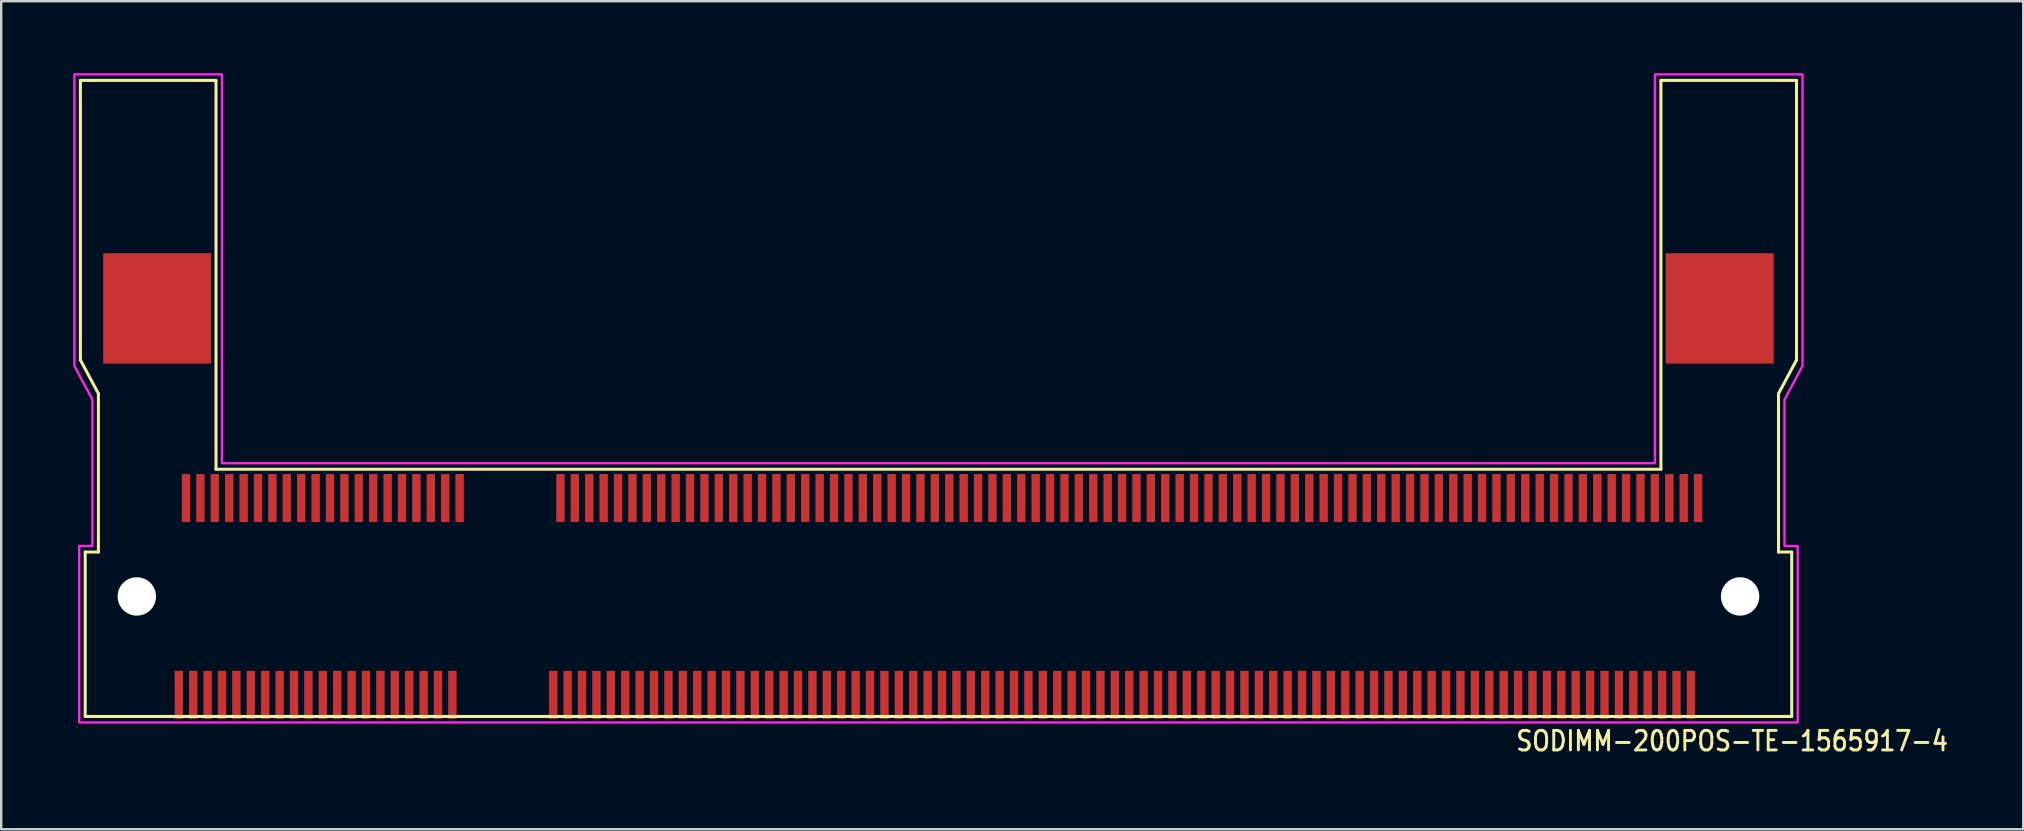
<source format=kicad_pcb>
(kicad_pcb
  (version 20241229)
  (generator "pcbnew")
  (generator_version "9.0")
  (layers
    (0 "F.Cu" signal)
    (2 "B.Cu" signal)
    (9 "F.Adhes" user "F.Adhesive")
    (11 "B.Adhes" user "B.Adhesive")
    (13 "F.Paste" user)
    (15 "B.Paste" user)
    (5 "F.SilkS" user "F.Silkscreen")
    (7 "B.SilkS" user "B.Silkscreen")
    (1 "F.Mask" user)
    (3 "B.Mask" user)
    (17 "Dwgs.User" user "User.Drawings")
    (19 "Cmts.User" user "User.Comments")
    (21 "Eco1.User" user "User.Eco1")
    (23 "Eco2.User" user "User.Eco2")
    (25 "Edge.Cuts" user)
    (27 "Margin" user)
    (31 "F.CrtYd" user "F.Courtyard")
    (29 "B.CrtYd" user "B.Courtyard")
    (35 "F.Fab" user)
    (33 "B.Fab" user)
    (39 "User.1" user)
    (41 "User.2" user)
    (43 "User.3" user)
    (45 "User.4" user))
  (footprint "SODIMM-200POS-TE-1565917-4"
    (layer "F.Cu")
    (at 36.05 21.8)
    (property "Reference" "SODIMM-200POS-TE-1565917-4" (at 24 6.5 0) (unlocked yes) (layer "F.SilkS") (effects (font (size 0.813 0.695) (thickness 0.122)) (justify left bottom)))
    (fp_line (start -35.75 -21.5) (end -30.1 -21.5) (stroke (width 0.127) (type solid)) (layer "F.SilkS"))
    (fp_line (start -35.75 -9.85) (end -35.75 -21.5) (stroke (width 0.127) (type solid)) (layer "F.SilkS"))
    (fp_line (start -35.75 -9.85) (end -35 -8.45) (stroke (width 0.127) (type solid)) (layer "F.SilkS"))
    (fp_line (start -35.55 -1.85) (end -35.55 5) (stroke (width 0.127) (type solid)) (layer "F.SilkS"))
    (fp_line (start -35.55 -1.85) (end -35 -1.85) (stroke (width 0.127) (type solid)) (layer "F.SilkS"))
    (fp_line (start -35.55 5) (end 35.55 5) (stroke (width 0.127) (type solid)) (layer "F.SilkS"))
    (fp_line (start -35 -1.85) (end -35 -8.45) (stroke (width 0.127) (type solid)) (layer "F.SilkS"))
    (fp_line (start -30.1 -21.5) (end -30.1 -5.3) (stroke (width 0.127) (type solid)) (layer "F.SilkS"))
    (fp_line (start -30.1 -5.3) (end 30.1 -5.3) (stroke (width 0.127) (type solid)) (layer "F.SilkS"))
    (fp_line (start 30.1 -21.5) (end 35.75 -21.5) (stroke (width 0.127) (type solid)) (layer "F.SilkS"))
    (fp_line (start 30.1 -5.3) (end 30.1 -21.5) (stroke (width 0.127) (type solid)) (layer "F.SilkS"))
    (fp_line (start 35 -1.85) (end 35 -8.45) (stroke (width 0.127) (type solid)) (layer "F.SilkS"))
    (fp_line (start 35.55 -1.85) (end 35 -1.85) (stroke (width 0.127) (type solid)) (layer "F.SilkS"))
    (fp_line (start 35.55 5) (end 35.55 -1.85) (stroke (width 0.127) (type solid)) (layer "F.SilkS"))
    (fp_line (start 35.75 -9.85) (end 35 -8.45) (stroke (width 0.127) (type solid)) (layer "F.SilkS"))
    (fp_line (start 35.75 -9.85) (end 35.75 -21.5) (stroke (width 0.127) (type solid)) (layer "F.SilkS"))
    (fp_poly (pts (xy -36 -21.75) (xy -29.85 -21.75) (xy -29.85 -5.55) (xy 29.85 -5.55) (xy 29.85 -21.75) (xy 36 -21.75) (xy 36 -9.6) (xy 35.25 -8.2) (xy 35.25 -2.1) (xy 35.8 -2.1) (xy 35.8 5.25) (xy -35.8 5.25) (xy -35.8 -2.1) (xy -35.25 -2.1) (xy -35.25 -8.2) (xy -36 -9.6)) (stroke (width 0.1) (type solid)) (fill no) (layer "F.CrtYd"))
    (pad "" np_thru_hole circle (at -33.4 0) (size 1.6 1.6) (drill 1.6) (layers "*.Cu" "*.Mask"))
    (pad "" np_thru_hole circle (at 33.4 0) (size 1.6 1.6) (drill 1.6) (layers "*.Cu" "*.Mask"))
    (pad "P$1" smd rect (at -31.65 4.1 180) (size 0.35 2) (layers "F.Cu" "F.Mask" "F.Paste"))
    (pad "P$2" smd rect (at -31.35 -4.1 180) (size 0.35 2) (layers "F.Cu" "F.Mask" "F.Paste"))
    (pad "P$3" smd rect (at -31.05 4.1 180) (size 0.35 2) (layers "F.Cu" "F.Mask" "F.Paste"))
    (pad "P$4" smd rect (at -30.75 -4.1 180) (size 0.35 2) (layers "F.Cu" "F.Mask" "F.Paste"))
    (pad "P$5" smd rect (at -30.45 4.1 180) (size 0.35 2) (layers "F.Cu" "F.Mask" "F.Paste"))
    (pad "P$6" smd rect (at -30.15 -4.1 180) (size 0.35 2) (layers "F.Cu" "F.Mask" "F.Paste"))
    (pad "P$7" smd rect (at -29.85 4.1 180) (size 0.35 2) (layers "F.Cu" "F.Mask" "F.Paste"))
    (pad "P$8" smd rect (at -29.55 -4.1 180) (size 0.35 2) (layers "F.Cu" "F.Mask" "F.Paste"))
    (pad "P$9" smd rect (at -29.25 4.1 180) (size 0.35 2) (layers "F.Cu" "F.Mask" "F.Paste"))
    (pad "P$10" smd rect (at -28.95 -4.1 180) (size 0.35 2) (layers "F.Cu" "F.Mask" "F.Paste"))
    (pad "P$11" smd rect (at -28.65 4.1 180) (size 0.35 2) (layers "F.Cu" "F.Mask" "F.Paste"))
    (pad "P$12" smd rect (at -28.35 -4.1 180) (size 0.35 2) (layers "F.Cu" "F.Mask" "F.Paste"))
    (pad "P$13" smd rect (at -28.05 4.1 180) (size 0.35 2) (layers "F.Cu" "F.Mask" "F.Paste"))
    (pad "P$14" smd rect (at -27.75 -4.1 180) (size 0.35 2) (layers "F.Cu" "F.Mask" "F.Paste"))
    (pad "P$15" smd rect (at -27.45 4.1 180) (size 0.35 2) (layers "F.Cu" "F.Mask" "F.Paste"))
    (pad "P$16" smd rect (at -27.15 -4.1 180) (size 0.35 2) (layers "F.Cu" "F.Mask" "F.Paste"))
    (pad "P$17" smd rect (at -26.85 4.1 180) (size 0.35 2) (layers "F.Cu" "F.Mask" "F.Paste"))
    (pad "P$18" smd rect (at -26.55 -4.1 180) (size 0.35 2) (layers "F.Cu" "F.Mask" "F.Paste"))
    (pad "P$19" smd rect (at -26.25 4.1 180) (size 0.35 2) (layers "F.Cu" "F.Mask" "F.Paste"))
    (pad "P$20" smd rect (at -25.95 -4.1 180) (size 0.35 2) (layers "F.Cu" "F.Mask" "F.Paste"))
    (pad "P$21" smd rect (at -25.65 4.1 180) (size 0.35 2) (layers "F.Cu" "F.Mask" "F.Paste"))
    (pad "P$22" smd rect (at -25.35 -4.1 180) (size 0.35 2) (layers "F.Cu" "F.Mask" "F.Paste"))
    (pad "P$23" smd rect (at -25.05 4.1 180) (size 0.35 2) (layers "F.Cu" "F.Mask" "F.Paste"))
    (pad "P$24" smd rect (at -24.75 -4.1 180) (size 0.35 2) (layers "F.Cu" "F.Mask" "F.Paste"))
    (pad "P$25" smd rect (at -24.45 4.1 180) (size 0.35 2) (layers "F.Cu" "F.Mask" "F.Paste"))
    (pad "P$26" smd rect (at -24.15 -4.1 180) (size 0.35 2) (layers "F.Cu" "F.Mask" "F.Paste"))
    (pad "P$27" smd rect (at -23.85 4.1 180) (size 0.35 2) (layers "F.Cu" "F.Mask" "F.Paste"))
    (pad "P$28" smd rect (at -23.55 -4.1 180) (size 0.35 2) (layers "F.Cu" "F.Mask" "F.Paste"))
    (pad "P$29" smd rect (at -23.25 4.1 180) (size 0.35 2) (layers "F.Cu" "F.Mask" "F.Paste"))
    (pad "P$30" smd rect (at -22.95 -4.1 180) (size 0.35 2) (layers "F.Cu" "F.Mask" "F.Paste"))
    (pad "P$31" smd rect (at -22.65 4.1 180) (size 0.35 2) (layers "F.Cu" "F.Mask" "F.Paste"))
    (pad "P$32" smd rect (at -22.35 -4.1 180) (size 0.35 2) (layers "F.Cu" "F.Mask" "F.Paste"))
    (pad "P$33" smd rect (at -22.05 4.1 180) (size 0.35 2) (layers "F.Cu" "F.Mask" "F.Paste"))
    (pad "P$34" smd rect (at -21.75 -4.1 180) (size 0.35 2) (layers "F.Cu" "F.Mask" "F.Paste"))
    (pad "P$35" smd rect (at -21.45 4.1 180) (size 0.35 2) (layers "F.Cu" "F.Mask" "F.Paste"))
    (pad "P$36" smd rect (at -21.15 -4.1 180) (size 0.35 2) (layers "F.Cu" "F.Mask" "F.Paste"))
    (pad "P$37" smd rect (at -20.85 4.1 180) (size 0.35 2) (layers "F.Cu" "F.Mask" "F.Paste"))
    (pad "P$38" smd rect (at -20.55 -4.1 180) (size 0.35 2) (layers "F.Cu" "F.Mask" "F.Paste"))
    (pad "P$39" smd rect (at -20.25 4.1 180) (size 0.35 2) (layers "F.Cu" "F.Mask" "F.Paste"))
    (pad "P$40" smd rect (at -19.95 -4.1 180) (size 0.35 2) (layers "F.Cu" "F.Mask" "F.Paste"))
    (pad "P$41" smd rect (at -16.05 4.1 180) (size 0.35 2) (layers "F.Cu" "F.Mask" "F.Paste"))
    (pad "P$42" smd rect (at -15.75 -4.1 180) (size 0.35 2) (layers "F.Cu" "F.Mask" "F.Paste"))
    (pad "P$43" smd rect (at -15.45 4.1 180) (size 0.35 2) (layers "F.Cu" "F.Mask" "F.Paste"))
    (pad "P$44" smd rect (at -15.15 -4.1 180) (size 0.35 2) (layers "F.Cu" "F.Mask" "F.Paste"))
    (pad "P$45" smd rect (at -14.85 4.1 180) (size 0.35 2) (layers "F.Cu" "F.Mask" "F.Paste"))
    (pad "P$46" smd rect (at -14.55 -4.1 180) (size 0.35 2) (layers "F.Cu" "F.Mask" "F.Paste"))
    (pad "P$47" smd rect (at -14.25 4.1 180) (size 0.35 2) (layers "F.Cu" "F.Mask" "F.Paste"))
    (pad "P$48" smd rect (at -13.95 -4.1 180) (size 0.35 2) (layers "F.Cu" "F.Mask" "F.Paste"))
    (pad "P$49" smd rect (at -13.65 4.1 180) (size 0.35 2) (layers "F.Cu" "F.Mask" "F.Paste"))
    (pad "P$50" smd rect (at -13.35 -4.1 180) (size 0.35 2) (layers "F.Cu" "F.Mask" "F.Paste"))
    (pad "P$51" smd rect (at -13.05 4.1 180) (size 0.35 2) (layers "F.Cu" "F.Mask" "F.Paste"))
    (pad "P$52" smd rect (at -12.75 -4.1 180) (size 0.35 2) (layers "F.Cu" "F.Mask" "F.Paste"))
    (pad "P$53" smd rect (at -12.45 4.1 180) (size 0.35 2) (layers "F.Cu" "F.Mask" "F.Paste"))
    (pad "P$54" smd rect (at -12.15 -4.1 180) (size 0.35 2) (layers "F.Cu" "F.Mask" "F.Paste"))
    (pad "P$55" smd rect (at -11.85 4.1 180) (size 0.35 2) (layers "F.Cu" "F.Mask" "F.Paste"))
    (pad "P$56" smd rect (at -11.55 -4.1 180) (size 0.35 2) (layers "F.Cu" "F.Mask" "F.Paste"))
    (pad "P$57" smd rect (at -11.25 4.1 180) (size 0.35 2) (layers "F.Cu" "F.Mask" "F.Paste"))
    (pad "P$58" smd rect (at -10.95 -4.1 180) (size 0.35 2) (layers "F.Cu" "F.Mask" "F.Paste"))
    (pad "P$59" smd rect (at -10.65 4.1 180) (size 0.35 2) (layers "F.Cu" "F.Mask" "F.Paste"))
    (pad "P$60" smd rect (at -10.35 -4.1 180) (size 0.35 2) (layers "F.Cu" "F.Mask" "F.Paste"))
    (pad "P$61" smd rect (at -10.05 4.1 180) (size 0.35 2) (layers "F.Cu" "F.Mask" "F.Paste"))
    (pad "P$62" smd rect (at -9.75 -4.1 180) (size 0.35 2) (layers "F.Cu" "F.Mask" "F.Paste"))
    (pad "P$63" smd rect (at -9.45 4.1 180) (size 0.35 2) (layers "F.Cu" "F.Mask" "F.Paste"))
    (pad "P$64" smd rect (at -9.15 -4.1 180) (size 0.35 2) (layers "F.Cu" "F.Mask" "F.Paste"))
    (pad "P$65" smd rect (at -8.85 4.1 180) (size 0.35 2) (layers "F.Cu" "F.Mask" "F.Paste"))
    (pad "P$66" smd rect (at -8.55 -4.1 180) (size 0.35 2) (layers "F.Cu" "F.Mask" "F.Paste"))
    (pad "P$67" smd rect (at -8.25 4.1 180) (size 0.35 2) (layers "F.Cu" "F.Mask" "F.Paste"))
    (pad "P$68" smd rect (at -7.95 -4.1 180) (size 0.35 2) (layers "F.Cu" "F.Mask" "F.Paste"))
    (pad "P$69" smd rect (at -7.65 4.1 180) (size 0.35 2) (layers "F.Cu" "F.Mask" "F.Paste"))
    (pad "P$70" smd rect (at -7.35 -4.1 180) (size 0.35 2) (layers "F.Cu" "F.Mask" "F.Paste"))
    (pad "P$71" smd rect (at -7.05 4.1 180) (size 0.35 2) (layers "F.Cu" "F.Mask" "F.Paste"))
    (pad "P$72" smd rect (at -6.75 -4.1 180) (size 0.35 2) (layers "F.Cu" "F.Mask" "F.Paste"))
    (pad "P$73" smd rect (at -6.45 4.1 180) (size 0.35 2) (layers "F.Cu" "F.Mask" "F.Paste"))
    (pad "P$74" smd rect (at -6.15 -4.1 180) (size 0.35 2) (layers "F.Cu" "F.Mask" "F.Paste"))
    (pad "P$75" smd rect (at -5.85 4.1 180) (size 0.35 2) (layers "F.Cu" "F.Mask" "F.Paste"))
    (pad "P$76" smd rect (at -5.55 -4.1 180) (size 0.35 2) (layers "F.Cu" "F.Mask" "F.Paste"))
    (pad "P$77" smd rect (at -5.25 4.1 180) (size 0.35 2) (layers "F.Cu" "F.Mask" "F.Paste"))
    (pad "P$78" smd rect (at -4.95 -4.1 180) (size 0.35 2) (layers "F.Cu" "F.Mask" "F.Paste"))
    (pad "P$79" smd rect (at -4.65 4.1 180) (size 0.35 2) (layers "F.Cu" "F.Mask" "F.Paste"))
    (pad "P$80" smd rect (at -4.35 -4.1 180) (size 0.35 2) (layers "F.Cu" "F.Mask" "F.Paste"))
    (pad "P$81" smd rect (at -4.05 4.1 180) (size 0.35 2) (layers "F.Cu" "F.Mask" "F.Paste"))
    (pad "P$82" smd rect (at -3.75 -4.1 180) (size 0.35 2) (layers "F.Cu" "F.Mask" "F.Paste"))
    (pad "P$83" smd rect (at -3.45 4.1 180) (size 0.35 2) (layers "F.Cu" "F.Mask" "F.Paste"))
    (pad "P$84" smd rect (at -3.15 -4.1 180) (size 0.35 2) (layers "F.Cu" "F.Mask" "F.Paste"))
    (pad "P$85" smd rect (at -2.85 4.1 180) (size 0.35 2) (layers "F.Cu" "F.Mask" "F.Paste"))
    (pad "P$86" smd rect (at -2.55 -4.1 180) (size 0.35 2) (layers "F.Cu" "F.Mask" "F.Paste"))
    (pad "P$87" smd rect (at -2.25 4.1 180) (size 0.35 2) (layers "F.Cu" "F.Mask" "F.Paste"))
    (pad "P$88" smd rect (at -1.95 -4.1 180) (size 0.35 2) (layers "F.Cu" "F.Mask" "F.Paste"))
    (pad "P$89" smd rect (at -1.65 4.1 180) (size 0.35 2) (layers "F.Cu" "F.Mask" "F.Paste"))
    (pad "P$90" smd rect (at -1.35 -4.1 180) (size 0.35 2) (layers "F.Cu" "F.Mask" "F.Paste"))
    (pad "P$91" smd rect (at -1.05 4.1 180) (size 0.35 2) (layers "F.Cu" "F.Mask" "F.Paste"))
    (pad "P$92" smd rect (at -0.75 -4.1 180) (size 0.35 2) (layers "F.Cu" "F.Mask" "F.Paste"))
    (pad "P$93" smd rect (at -0.45 4.1 180) (size 0.35 2) (layers "F.Cu" "F.Mask" "F.Paste"))
    (pad "P$94" smd rect (at -0.15 -4.1 180) (size 0.35 2) (layers "F.Cu" "F.Mask" "F.Paste"))
    (pad "P$95" smd rect (at 0.15 4.1 180) (size 0.35 2) (layers "F.Cu" "F.Mask" "F.Paste"))
    (pad "P$96" smd rect (at 0.45 -4.1 180) (size 0.35 2) (layers "F.Cu" "F.Mask" "F.Paste"))
    (pad "P$97" smd rect (at 0.75 4.1 180) (size 0.35 2) (layers "F.Cu" "F.Mask" "F.Paste"))
    (pad "P$98" smd rect (at 1.05 -4.1 180) (size 0.35 2) (layers "F.Cu" "F.Mask" "F.Paste"))
    (pad "P$99" smd rect (at 1.35 4.1 180) (size 0.35 2) (layers "F.Cu" "F.Mask" "F.Paste"))
    (pad "P$100" smd rect (at 1.65 -4.1 180) (size 0.35 2) (layers "F.Cu" "F.Mask" "F.Paste"))
    (pad "P$101" smd rect (at 1.95 4.1 180) (size 0.35 2) (layers "F.Cu" "F.Mask" "F.Paste"))
    (pad "P$102" smd rect (at 2.25 -4.1 180) (size 0.35 2) (layers "F.Cu" "F.Mask" "F.Paste"))
    (pad "P$103" smd rect (at 2.55 4.1 180) (size 0.35 2) (layers "F.Cu" "F.Mask" "F.Paste"))
    (pad "P$104" smd rect (at 2.85 -4.1 180) (size 0.35 2) (layers "F.Cu" "F.Mask" "F.Paste"))
    (pad "P$105" smd rect (at 3.15 4.1 180) (size 0.35 2) (layers "F.Cu" "F.Mask" "F.Paste"))
    (pad "P$106" smd rect (at 3.45 -4.1 180) (size 0.35 2) (layers "F.Cu" "F.Mask" "F.Paste"))
    (pad "P$107" smd rect (at 3.75 4.1 180) (size 0.35 2) (layers "F.Cu" "F.Mask" "F.Paste"))
    (pad "P$108" smd rect (at 4.05 -4.1 180) (size 0.35 2) (layers "F.Cu" "F.Mask" "F.Paste"))
    (pad "P$109" smd rect (at 4.35 4.1 180) (size 0.35 2) (layers "F.Cu" "F.Mask" "F.Paste"))
    (pad "P$110" smd rect (at 4.65 -4.1 180) (size 0.35 2) (layers "F.Cu" "F.Mask" "F.Paste"))
    (pad "P$111" smd rect (at 4.95 4.1 180) (size 0.35 2) (layers "F.Cu" "F.Mask" "F.Paste"))
    (pad "P$112" smd rect (at 5.25 -4.1 180) (size 0.35 2) (layers "F.Cu" "F.Mask" "F.Paste"))
    (pad "P$113" smd rect (at 5.55 4.1 180) (size 0.35 2) (layers "F.Cu" "F.Mask" "F.Paste"))
    (pad "P$114" smd rect (at 5.85 -4.1 180) (size 0.35 2) (layers "F.Cu" "F.Mask" "F.Paste"))
    (pad "P$115" smd rect (at 6.15 4.1 180) (size 0.35 2) (layers "F.Cu" "F.Mask" "F.Paste"))
    (pad "P$116" smd rect (at 6.45 -4.1 180) (size 0.35 2) (layers "F.Cu" "F.Mask" "F.Paste"))
    (pad "P$117" smd rect (at 6.75 4.1 180) (size 0.35 2) (layers "F.Cu" "F.Mask" "F.Paste"))
    (pad "P$118" smd rect (at 7.05 -4.1 180) (size 0.35 2) (layers "F.Cu" "F.Mask" "F.Paste"))
    (pad "P$119" smd rect (at 7.35 4.1 180) (size 0.35 2) (layers "F.Cu" "F.Mask" "F.Paste"))
    (pad "P$120" smd rect (at 7.65 -4.1 180) (size 0.35 2) (layers "F.Cu" "F.Mask" "F.Paste"))
    (pad "P$121" smd rect (at 7.95 4.1 180) (size 0.35 2) (layers "F.Cu" "F.Mask" "F.Paste"))
    (pad "P$122" smd rect (at 8.25 -4.1 180) (size 0.35 2) (layers "F.Cu" "F.Mask" "F.Paste"))
    (pad "P$123" smd rect (at 8.55 4.1 180) (size 0.35 2) (layers "F.Cu" "F.Mask" "F.Paste"))
    (pad "P$124" smd rect (at 8.85 -4.1 180) (size 0.35 2) (layers "F.Cu" "F.Mask" "F.Paste"))
    (pad "P$125" smd rect (at 9.15 4.1 180) (size 0.35 2) (layers "F.Cu" "F.Mask" "F.Paste"))
    (pad "P$126" smd rect (at 9.45 -4.1 180) (size 0.35 2) (layers "F.Cu" "F.Mask" "F.Paste"))
    (pad "P$127" smd rect (at 9.75 4.1 180) (size 0.35 2) (layers "F.Cu" "F.Mask" "F.Paste"))
    (pad "P$128" smd rect (at 10.05 -4.1 180) (size 0.35 2) (layers "F.Cu" "F.Mask" "F.Paste"))
    (pad "P$129" smd rect (at 10.35 4.1 180) (size 0.35 2) (layers "F.Cu" "F.Mask" "F.Paste"))
    (pad "P$130" smd rect (at 10.65 -4.1 180) (size 0.35 2) (layers "F.Cu" "F.Mask" "F.Paste"))
    (pad "P$131" smd rect (at 10.95 4.1 180) (size 0.35 2) (layers "F.Cu" "F.Mask" "F.Paste"))
    (pad "P$132" smd rect (at 11.25 -4.1 180) (size 0.35 2) (layers "F.Cu" "F.Mask" "F.Paste"))
    (pad "P$133" smd rect (at 11.55 4.1 180) (size 0.35 2) (layers "F.Cu" "F.Mask" "F.Paste"))
    (pad "P$134" smd rect (at 11.85 -4.1 180) (size 0.35 2) (layers "F.Cu" "F.Mask" "F.Paste"))
    (pad "P$135" smd rect (at 12.15 4.1 180) (size 0.35 2) (layers "F.Cu" "F.Mask" "F.Paste"))
    (pad "P$136" smd rect (at 12.45 -4.1 180) (size 0.35 2) (layers "F.Cu" "F.Mask" "F.Paste"))
    (pad "P$137" smd rect (at 12.75 4.1 180) (size 0.35 2) (layers "F.Cu" "F.Mask" "F.Paste"))
    (pad "P$138" smd rect (at 13.05 -4.1 180) (size 0.35 2) (layers "F.Cu" "F.Mask" "F.Paste"))
    (pad "P$139" smd rect (at 13.35 4.1 180) (size 0.35 2) (layers "F.Cu" "F.Mask" "F.Paste"))
    (pad "P$140" smd rect (at 13.65 -4.1 180) (size 0.35 2) (layers "F.Cu" "F.Mask" "F.Paste"))
    (pad "P$141" smd rect (at 13.95 4.1 180) (size 0.35 2) (layers "F.Cu" "F.Mask" "F.Paste"))
    (pad "P$142" smd rect (at 14.25 -4.1 180) (size 0.35 2) (layers "F.Cu" "F.Mask" "F.Paste"))
    (pad "P$143" smd rect (at 14.55 4.1 180) (size 0.35 2) (layers "F.Cu" "F.Mask" "F.Paste"))
    (pad "P$144" smd rect (at 14.85 -4.1 180) (size 0.35 2) (layers "F.Cu" "F.Mask" "F.Paste"))
    (pad "P$145" smd rect (at 15.15 4.1 180) (size 0.35 2) (layers "F.Cu" "F.Mask" "F.Paste"))
    (pad "P$146" smd rect (at 15.45 -4.1 180) (size 0.35 2) (layers "F.Cu" "F.Mask" "F.Paste"))
    (pad "P$147" smd rect (at 15.75 4.1 180) (size 0.35 2) (layers "F.Cu" "F.Mask" "F.Paste"))
    (pad "P$148" smd rect (at 16.05 -4.1 180) (size 0.35 2) (layers "F.Cu" "F.Mask" "F.Paste"))
    (pad "P$149" smd rect (at 16.35 4.1 180) (size 0.35 2) (layers "F.Cu" "F.Mask" "F.Paste"))
    (pad "P$150" smd rect (at 16.65 -4.1 180) (size 0.35 2) (layers "F.Cu" "F.Mask" "F.Paste"))
    (pad "P$151" smd rect (at 16.95 4.1 180) (size 0.35 2) (layers "F.Cu" "F.Mask" "F.Paste"))
    (pad "P$152" smd rect (at 17.25 -4.1 180) (size 0.35 2) (layers "F.Cu" "F.Mask" "F.Paste"))
    (pad "P$153" smd rect (at 17.55 4.1 180) (size 0.35 2) (layers "F.Cu" "F.Mask" "F.Paste"))
    (pad "P$154" smd rect (at 17.85 -4.1 180) (size 0.35 2) (layers "F.Cu" "F.Mask" "F.Paste"))
    (pad "P$155" smd rect (at 18.15 4.1 180) (size 0.35 2) (layers "F.Cu" "F.Mask" "F.Paste"))
    (pad "P$156" smd rect (at 18.45 -4.1 180) (size 0.35 2) (layers "F.Cu" "F.Mask" "F.Paste"))
    (pad "P$157" smd rect (at 18.75 4.1 180) (size 0.35 2) (layers "F.Cu" "F.Mask" "F.Paste"))
    (pad "P$158" smd rect (at 19.05 -4.1 180) (size 0.35 2) (layers "F.Cu" "F.Mask" "F.Paste"))
    (pad "P$159" smd rect (at 19.35 4.1 180) (size 0.35 2) (layers "F.Cu" "F.Mask" "F.Paste"))
    (pad "P$160" smd rect (at 19.65 -4.1 180) (size 0.35 2) (layers "F.Cu" "F.Mask" "F.Paste"))
    (pad "P$161" smd rect (at 19.95 4.1 180) (size 0.35 2) (layers "F.Cu" "F.Mask" "F.Paste"))
    (pad "P$162" smd rect (at 20.25 -4.1 180) (size 0.35 2) (layers "F.Cu" "F.Mask" "F.Paste"))
    (pad "P$163" smd rect (at 20.55 4.1 180) (size 0.35 2) (layers "F.Cu" "F.Mask" "F.Paste"))
    (pad "P$164" smd rect (at 20.85 -4.1 180) (size 0.35 2) (layers "F.Cu" "F.Mask" "F.Paste"))
    (pad "P$165" smd rect (at 21.15 4.1 180) (size 0.35 2) (layers "F.Cu" "F.Mask" "F.Paste"))
    (pad "P$166" smd rect (at 21.45 -4.1 180) (size 0.35 2) (layers "F.Cu" "F.Mask" "F.Paste"))
    (pad "P$167" smd rect (at 21.75 4.1 180) (size 0.35 2) (layers "F.Cu" "F.Mask" "F.Paste"))
    (pad "P$168" smd rect (at 22.05 -4.1 180) (size 0.35 2) (layers "F.Cu" "F.Mask" "F.Paste"))
    (pad "P$169" smd rect (at 22.35 4.1 180) (size 0.35 2) (layers "F.Cu" "F.Mask" "F.Paste"))
    (pad "P$170" smd rect (at 22.65 -4.1 180) (size 0.35 2) (layers "F.Cu" "F.Mask" "F.Paste"))
    (pad "P$171" smd rect (at 22.95 4.1 180) (size 0.35 2) (layers "F.Cu" "F.Mask" "F.Paste"))
    (pad "P$172" smd rect (at 23.25 -4.1 180) (size 0.35 2) (layers "F.Cu" "F.Mask" "F.Paste"))
    (pad "P$173" smd rect (at 23.55 4.1 180) (size 0.35 2) (layers "F.Cu" "F.Mask" "F.Paste"))
    (pad "P$174" smd rect (at 23.85 -4.1 180) (size 0.35 2) (layers "F.Cu" "F.Mask" "F.Paste"))
    (pad "P$175" smd rect (at 24.15 4.1 180) (size 0.35 2) (layers "F.Cu" "F.Mask" "F.Paste"))
    (pad "P$176" smd rect (at 24.45 -4.1 180) (size 0.35 2) (layers "F.Cu" "F.Mask" "F.Paste"))
    (pad "P$177" smd rect (at 24.75 4.1 180) (size 0.35 2) (layers "F.Cu" "F.Mask" "F.Paste"))
    (pad "P$178" smd rect (at 25.05 -4.1 180) (size 0.35 2) (layers "F.Cu" "F.Mask" "F.Paste"))
    (pad "P$179" smd rect (at 25.35 4.1 180) (size 0.35 2) (layers "F.Cu" "F.Mask" "F.Paste"))
    (pad "P$180" smd rect (at 25.65 -4.1 180) (size 0.35 2) (layers "F.Cu" "F.Mask" "F.Paste"))
    (pad "P$181" smd rect (at 25.95 4.1 180) (size 0.35 2) (layers "F.Cu" "F.Mask" "F.Paste"))
    (pad "P$182" smd rect (at 26.25 -4.1 180) (size 0.35 2) (layers "F.Cu" "F.Mask" "F.Paste"))
    (pad "P$183" smd rect (at 26.55 4.1 180) (size 0.35 2) (layers "F.Cu" "F.Mask" "F.Paste"))
    (pad "P$184" smd rect (at 26.85 -4.1 180) (size 0.35 2) (layers "F.Cu" "F.Mask" "F.Paste"))
    (pad "P$185" smd rect (at 27.15 4.1 180) (size 0.35 2) (layers "F.Cu" "F.Mask" "F.Paste"))
    (pad "P$186" smd rect (at 27.45 -4.1 180) (size 0.35 2) (layers "F.Cu" "F.Mask" "F.Paste"))
    (pad "P$187" smd rect (at 27.75 4.1 180) (size 0.35 2) (layers "F.Cu" "F.Mask" "F.Paste"))
    (pad "P$188" smd rect (at 28.05 -4.1 180) (size 0.35 2) (layers "F.Cu" "F.Mask" "F.Paste"))
    (pad "P$189" smd rect (at 28.35 4.1 180) (size 0.35 2) (layers "F.Cu" "F.Mask" "F.Paste"))
    (pad "P$190" smd rect (at 28.65 -4.1 180) (size 0.35 2) (layers "F.Cu" "F.Mask" "F.Paste"))
    (pad "P$191" smd rect (at 28.95 4.1 180) (size 0.35 2) (layers "F.Cu" "F.Mask" "F.Paste"))
    (pad "P$192" smd rect (at 29.25 -4.1 180) (size 0.35 2) (layers "F.Cu" "F.Mask" "F.Paste"))
    (pad "P$193" smd rect (at 29.55 4.1 180) (size 0.35 2) (layers "F.Cu" "F.Mask" "F.Paste"))
    (pad "P$194" smd rect (at 29.85 -4.1 180) (size 0.35 2) (layers "F.Cu" "F.Mask" "F.Paste"))
    (pad "P$195" smd rect (at 30.15 4.1 180) (size 0.35 2) (layers "F.Cu" "F.Mask" "F.Paste"))
    (pad "P$196" smd rect (at 30.45 -4.1 180) (size 0.35 2) (layers "F.Cu" "F.Mask" "F.Paste"))
    (pad "P$197" smd rect (at 30.75 4.1 180) (size 0.35 2) (layers "F.Cu" "F.Mask" "F.Paste"))
    (pad "P$198" smd rect (at 31.05 -4.1 180) (size 0.35 2) (layers "F.Cu" "F.Mask" "F.Paste"))
    (pad "P$199" smd rect (at 31.35 4.1 180) (size 0.35 2) (layers "F.Cu" "F.Mask" "F.Paste"))
    (pad "P$200" smd rect (at 31.65 -4.1 180) (size 0.35 2) (layers "F.Cu" "F.Mask" "F.Paste"))
    (pad "S$1" smd rect (at 32.55 -12) (size 4.5 4.6) (layers "F.Cu" "F.Mask" "F.Paste"))
    (pad "S$2" smd rect (at -32.55 -12) (size 4.5 4.6) (layers "F.Cu" "F.Mask" "F.Paste")))
  (gr_rect
    (start -3 -3)
    (end 81.246 31.5)
    (stroke (width 0.1) (type default))
    (fill no)
    (layer "Edge.Cuts")))
</source>
